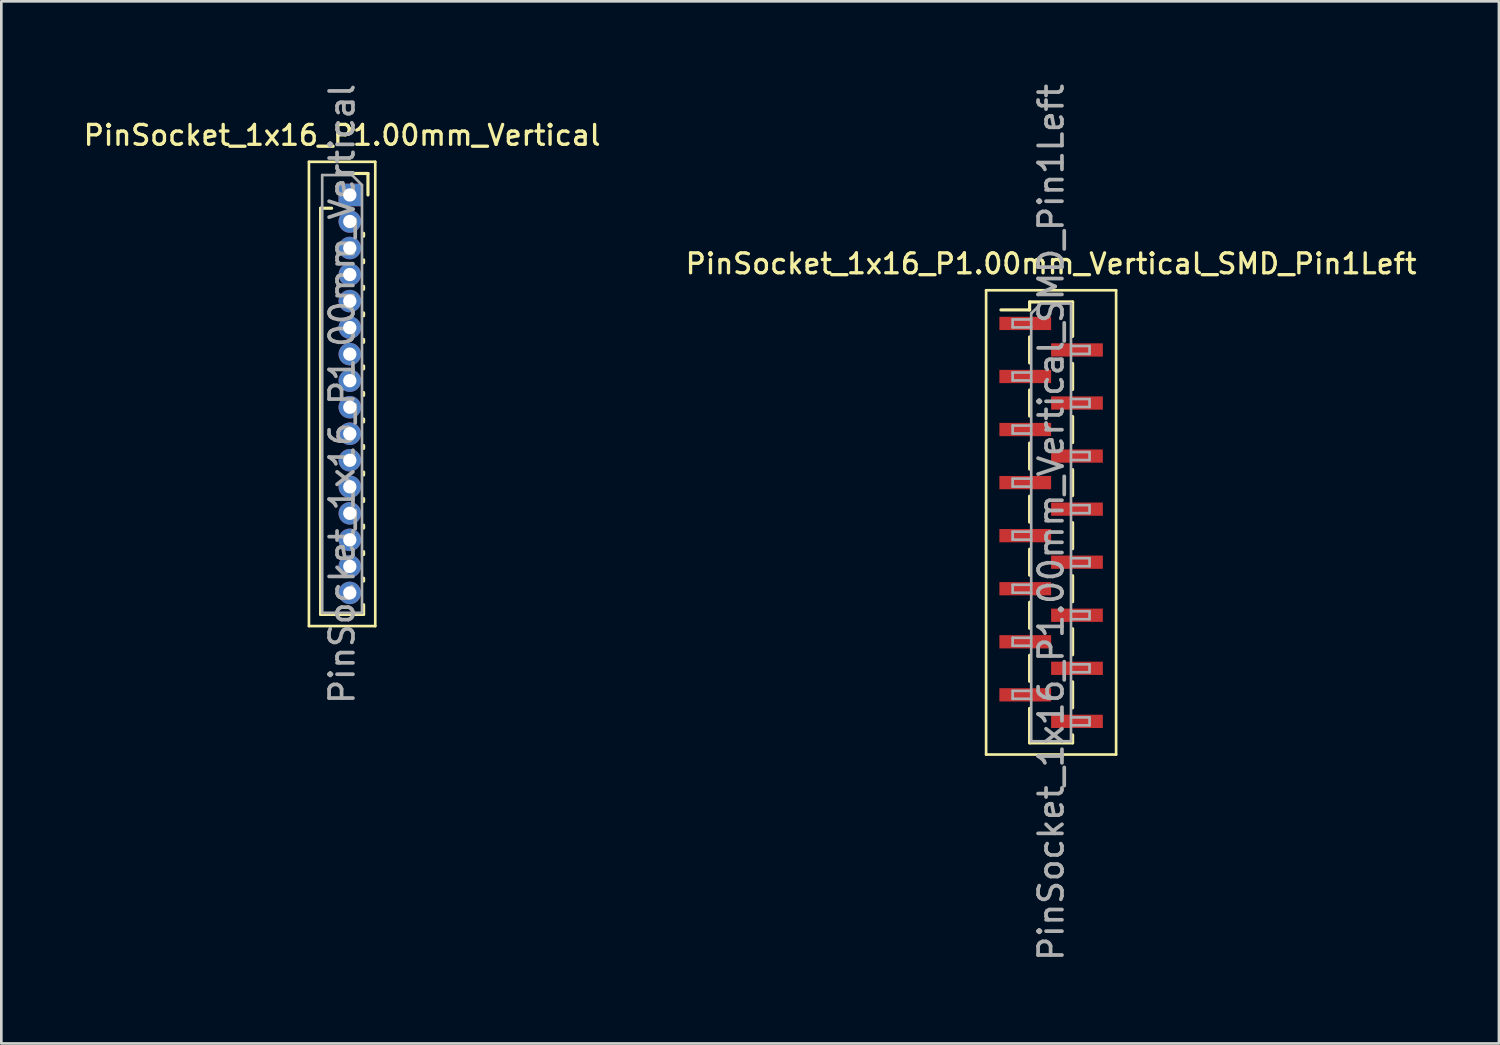
<source format=kicad_pcb>
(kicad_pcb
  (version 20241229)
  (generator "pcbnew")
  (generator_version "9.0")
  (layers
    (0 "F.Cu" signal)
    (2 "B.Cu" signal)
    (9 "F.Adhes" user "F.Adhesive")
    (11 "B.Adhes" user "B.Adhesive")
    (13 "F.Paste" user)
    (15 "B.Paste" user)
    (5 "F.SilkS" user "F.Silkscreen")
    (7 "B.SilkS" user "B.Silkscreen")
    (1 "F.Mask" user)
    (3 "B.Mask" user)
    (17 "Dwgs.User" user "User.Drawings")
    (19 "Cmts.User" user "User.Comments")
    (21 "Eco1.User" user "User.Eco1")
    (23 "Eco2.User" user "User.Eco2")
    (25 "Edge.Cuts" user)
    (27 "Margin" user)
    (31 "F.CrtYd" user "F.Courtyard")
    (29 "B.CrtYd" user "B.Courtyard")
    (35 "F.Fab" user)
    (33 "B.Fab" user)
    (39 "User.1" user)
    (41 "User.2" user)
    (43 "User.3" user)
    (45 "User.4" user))
  (footprint "PinSocket_1x16_P1.00mm_Vertical"
    (layer "F.Cu")
    (at 10.135 4.299)
    (property "Reference" "PinSocket_1x16_P1.00mm_Vertical" (at -0.29 -2.25 0) (layer "F.SilkS") (effects (font (size 0.75 0.75) (thickness 0.125))))
    (attr through_hole)
    (fp_line (start -1.54 -1.25) (end 0.96 -1.25) (stroke (width 0.1) (type solid)) (layer "F.SilkS"))
    (fp_line (start -1.54 16.25) (end -1.54 -1.25) (stroke (width 0.1) (type solid)) (layer "F.SilkS"))
    (fp_line (start -1.1 0.5) (end -1.1 15.81) (stroke (width 0.12) (type solid)) (layer "F.SilkS"))
    (fp_line (start -1.1 0.5) (end -0.685 0.5) (stroke (width 0.12) (type solid)) (layer "F.SilkS"))
    (fp_line (start -1.1 15.81) (end 0.52 15.81) (stroke (width 0.12) (type solid)) (layer "F.SilkS"))
    (fp_line (start 0 -0.81) (end 0.685 -0.81) (stroke (width 0.12) (type solid)) (layer "F.SilkS"))
    (fp_line (start 0.52 1.446) (end 0.52 1.554) (stroke (width 0.12) (type solid)) (layer "F.SilkS"))
    (fp_line (start 0.52 2.446) (end 0.52 2.554) (stroke (width 0.12) (type solid)) (layer "F.SilkS"))
    (fp_line (start 0.52 3.446) (end 0.52 3.554) (stroke (width 0.12) (type solid)) (layer "F.SilkS"))
    (fp_line (start 0.52 4.446) (end 0.52 4.554) (stroke (width 0.12) (type solid)) (layer "F.SilkS"))
    (fp_line (start 0.52 5.446) (end 0.52 5.554) (stroke (width 0.12) (type solid)) (layer "F.SilkS"))
    (fp_line (start 0.52 6.446) (end 0.52 6.554) (stroke (width 0.12) (type solid)) (layer "F.SilkS"))
    (fp_line (start 0.52 7.446) (end 0.52 7.554) (stroke (width 0.12) (type solid)) (layer "F.SilkS"))
    (fp_line (start 0.52 8.446) (end 0.52 8.554) (stroke (width 0.12) (type solid)) (layer "F.SilkS"))
    (fp_line (start 0.52 9.446) (end 0.52 9.554) (stroke (width 0.12) (type solid)) (layer "F.SilkS"))
    (fp_line (start 0.52 10.446) (end 0.52 10.554) (stroke (width 0.12) (type solid)) (layer "F.SilkS"))
    (fp_line (start 0.52 11.446) (end 0.52 11.554) (stroke (width 0.12) (type solid)) (layer "F.SilkS"))
    (fp_line (start 0.52 12.446) (end 0.52 12.554) (stroke (width 0.12) (type solid)) (layer "F.SilkS"))
    (fp_line (start 0.52 13.446) (end 0.52 13.554) (stroke (width 0.12) (type solid)) (layer "F.SilkS"))
    (fp_line (start 0.52 14.446) (end 0.52 14.554) (stroke (width 0.12) (type solid)) (layer "F.SilkS"))
    (fp_line (start 0.52 15.446) (end 0.52 15.81) (stroke (width 0.12) (type solid)) (layer "F.SilkS"))
    (fp_line (start 0.685 -0.81) (end 0.685 0) (stroke (width 0.12) (type solid)) (layer "F.SilkS"))
    (fp_line (start 0.96 -1.25) (end 0.96 16.25) (stroke (width 0.1) (type solid)) (layer "F.SilkS"))
    (fp_line (start 0.96 16.25) (end -1.54 16.25) (stroke (width 0.1) (type solid)) (layer "F.SilkS"))
    (fp_line (start -1.04 -0.75) (end 0.085 -0.75) (stroke (width 0.1) (type solid)) (layer "F.Fab"))
    (fp_line (start -1.04 15.75) (end -1.04 -0.75) (stroke (width 0.1) (type solid)) (layer "F.Fab"))
    (fp_line (start 0.085 -0.75) (end 0.46 -0.375) (stroke (width 0.1) (type solid)) (layer "F.Fab"))
    (fp_line (start 0.46 -0.375) (end 0.46 15.75) (stroke (width 0.1) (type solid)) (layer "F.Fab"))
    (fp_line (start 0.46 15.75) (end -1.04 15.75) (stroke (width 0.1) (type solid)) (layer "F.Fab"))
    (fp_text user "${REFERENCE}" (at -0.29 7.5 90) (layer "F.Fab") (effects (font (size 0.9 0.9) (thickness 0.14))))
    (pad "1" thru_hole rect (at 0 0) (size 0.85 0.85) (drill 0.5) (layers "*.Cu" "*.Mask"))
    (pad "2" thru_hole oval (at 0 1) (size 0.85 0.85) (drill 0.5) (layers "*.Cu" "*.Mask"))
    (pad "3" thru_hole oval (at 0 2) (size 0.85 0.85) (drill 0.5) (layers "*.Cu" "*.Mask"))
    (pad "4" thru_hole oval (at 0 3) (size 0.85 0.85) (drill 0.5) (layers "*.Cu" "*.Mask"))
    (pad "5" thru_hole oval (at 0 4) (size 0.85 0.85) (drill 0.5) (layers "*.Cu" "*.Mask"))
    (pad "6" thru_hole oval (at 0 5) (size 0.85 0.85) (drill 0.5) (layers "*.Cu" "*.Mask"))
    (pad "7" thru_hole oval (at 0 6) (size 0.85 0.85) (drill 0.5) (layers "*.Cu" "*.Mask"))
    (pad "8" thru_hole oval (at 0 7) (size 0.85 0.85) (drill 0.5) (layers "*.Cu" "*.Mask"))
    (pad "9" thru_hole oval (at 0 8) (size 0.85 0.85) (drill 0.5) (layers "*.Cu" "*.Mask"))
    (pad "10" thru_hole oval (at 0 9) (size 0.85 0.85) (drill 0.5) (layers "*.Cu" "*.Mask"))
    (pad "11" thru_hole oval (at 0 10) (size 0.85 0.85) (drill 0.5) (layers "*.Cu" "*.Mask"))
    (pad "12" thru_hole oval (at 0 11) (size 0.85 0.85) (drill 0.5) (layers "*.Cu" "*.Mask"))
    (pad "13" thru_hole oval (at 0 12) (size 0.85 0.85) (drill 0.5) (layers "*.Cu" "*.Mask"))
    (pad "14" thru_hole oval (at 0 13) (size 0.85 0.85) (drill 0.5) (layers "*.Cu" "*.Mask"))
    (pad "15" thru_hole oval (at 0 14) (size 0.85 0.85) (drill 0.5) (layers "*.Cu" "*.Mask"))
    (pad "16" thru_hole oval (at 0 15) (size 0.85 0.85) (drill 0.5) (layers "*.Cu" "*.Mask")))
  (footprint "PinSocket_1x16_P1.00mm_Vertical_SMD_Pin1Left"
    (layer "F.Cu")
    (at 36.57 16.641)
    (property "Reference" "PinSocket_1x16_P1.00mm_Vertical_SMD_Pin1Left" (at 0 -9.75 0) (layer "F.SilkS") (effects (font (size 0.75 0.75) (thickness 0.125))))
    (attr smd)
    (fp_line (start -2.45 -8.75) (end 2.45 -8.75) (stroke (width 0.1) (type solid)) (layer "F.SilkS"))
    (fp_line (start -2.45 8.75) (end -2.45 -8.75) (stroke (width 0.1) (type solid)) (layer "F.SilkS"))
    (fp_line (start -1.89 -8.01) (end -0.81 -8.01) (stroke (width 0.12) (type solid)) (layer "F.SilkS"))
    (fp_line (start -0.81 -8.31) (end -0.81 -8.01) (stroke (width 0.12) (type solid)) (layer "F.SilkS"))
    (fp_line (start -0.81 -8.31) (end 0.81 -8.31) (stroke (width 0.12) (type solid)) (layer "F.SilkS"))
    (fp_line (start -0.81 -6.99) (end -0.81 -6.01) (stroke (width 0.12) (type solid)) (layer "F.SilkS"))
    (fp_line (start -0.81 -4.99) (end -0.81 -4.01) (stroke (width 0.12) (type solid)) (layer "F.SilkS"))
    (fp_line (start -0.81 -2.99) (end -0.81 -2.01) (stroke (width 0.12) (type solid)) (layer "F.SilkS"))
    (fp_line (start -0.81 -0.99) (end -0.81 -0.01) (stroke (width 0.12) (type solid)) (layer "F.SilkS"))
    (fp_line (start -0.81 1.01) (end -0.81 1.99) (stroke (width 0.12) (type solid)) (layer "F.SilkS"))
    (fp_line (start -0.81 3.01) (end -0.81 3.99) (stroke (width 0.12) (type solid)) (layer "F.SilkS"))
    (fp_line (start -0.81 5.01) (end -0.81 5.99) (stroke (width 0.12) (type solid)) (layer "F.SilkS"))
    (fp_line (start -0.81 7.01) (end -0.81 8.31) (stroke (width 0.12) (type solid)) (layer "F.SilkS"))
    (fp_line (start -0.81 8.31) (end 0.81 8.31) (stroke (width 0.12) (type solid)) (layer "F.SilkS"))
    (fp_line (start 0.81 -8.31) (end 0.81 -7.01) (stroke (width 0.12) (type solid)) (layer "F.SilkS"))
    (fp_line (start 0.81 -5.99) (end 0.81 -5.01) (stroke (width 0.12) (type solid)) (layer "F.SilkS"))
    (fp_line (start 0.81 -3.99) (end 0.81 -3.01) (stroke (width 0.12) (type solid)) (layer "F.SilkS"))
    (fp_line (start 0.81 -1.99) (end 0.81 -1.01) (stroke (width 0.12) (type solid)) (layer "F.SilkS"))
    (fp_line (start 0.81 0.01) (end 0.81 0.99) (stroke (width 0.12) (type solid)) (layer "F.SilkS"))
    (fp_line (start 0.81 2.01) (end 0.81 2.99) (stroke (width 0.12) (type solid)) (layer "F.SilkS"))
    (fp_line (start 0.81 4.01) (end 0.81 4.99) (stroke (width 0.12) (type solid)) (layer "F.SilkS"))
    (fp_line (start 0.81 6.01) (end 0.81 6.99) (stroke (width 0.12) (type solid)) (layer "F.SilkS"))
    (fp_line (start 0.81 8.01) (end 0.81 8.31) (stroke (width 0.12) (type solid)) (layer "F.SilkS"))
    (fp_line (start 2.45 -8.75) (end 2.45 8.75) (stroke (width 0.1) (type solid)) (layer "F.SilkS"))
    (fp_line (start 2.45 8.75) (end -2.45 8.75) (stroke (width 0.1) (type solid)) (layer "F.SilkS"))
    (fp_line (start -1.45 -7.65) (end -0.75 -7.65) (stroke (width 0.1) (type solid)) (layer "F.Fab"))
    (fp_line (start -1.45 -7.35) (end -1.45 -7.65) (stroke (width 0.1) (type solid)) (layer "F.Fab"))
    (fp_line (start -1.45 -5.65) (end -0.75 -5.65) (stroke (width 0.1) (type solid)) (layer "F.Fab"))
    (fp_line (start -1.45 -5.35) (end -1.45 -5.65) (stroke (width 0.1) (type solid)) (layer "F.Fab"))
    (fp_line (start -1.45 -3.65) (end -0.75 -3.65) (stroke (width 0.1) (type solid)) (layer "F.Fab"))
    (fp_line (start -1.45 -3.35) (end -1.45 -3.65) (stroke (width 0.1) (type solid)) (layer "F.Fab"))
    (fp_line (start -1.45 -1.65) (end -0.75 -1.65) (stroke (width 0.1) (type solid)) (layer "F.Fab"))
    (fp_line (start -1.45 -1.35) (end -1.45 -1.65) (stroke (width 0.1) (type solid)) (layer "F.Fab"))
    (fp_line (start -1.45 0.35) (end -0.75 0.35) (stroke (width 0.1) (type solid)) (layer "F.Fab"))
    (fp_line (start -1.45 0.65) (end -1.45 0.35) (stroke (width 0.1) (type solid)) (layer "F.Fab"))
    (fp_line (start -1.45 2.35) (end -0.75 2.35) (stroke (width 0.1) (type solid)) (layer "F.Fab"))
    (fp_line (start -1.45 2.65) (end -1.45 2.35) (stroke (width 0.1) (type solid)) (layer "F.Fab"))
    (fp_line (start -1.45 4.35) (end -0.75 4.35) (stroke (width 0.1) (type solid)) (layer "F.Fab"))
    (fp_line (start -1.45 4.65) (end -1.45 4.35) (stroke (width 0.1) (type solid)) (layer "F.Fab"))
    (fp_line (start -1.45 6.35) (end -0.75 6.35) (stroke (width 0.1) (type solid)) (layer "F.Fab"))
    (fp_line (start -1.45 6.65) (end -1.45 6.35) (stroke (width 0.1) (type solid)) (layer "F.Fab"))
    (fp_line (start -0.75 -7.875) (end -0.375 -8.25) (stroke (width 0.1) (type solid)) (layer "F.Fab"))
    (fp_line (start -0.75 -7.35) (end -1.45 -7.35) (stroke (width 0.1) (type solid)) (layer "F.Fab"))
    (fp_line (start -0.75 -5.35) (end -1.45 -5.35) (stroke (width 0.1) (type solid)) (layer "F.Fab"))
    (fp_line (start -0.75 -3.35) (end -1.45 -3.35) (stroke (width 0.1) (type solid)) (layer "F.Fab"))
    (fp_line (start -0.75 -1.35) (end -1.45 -1.35) (stroke (width 0.1) (type solid)) (layer "F.Fab"))
    (fp_line (start -0.75 0.65) (end -1.45 0.65) (stroke (width 0.1) (type solid)) (layer "F.Fab"))
    (fp_line (start -0.75 2.65) (end -1.45 2.65) (stroke (width 0.1) (type solid)) (layer "F.Fab"))
    (fp_line (start -0.75 4.65) (end -1.45 4.65) (stroke (width 0.1) (type solid)) (layer "F.Fab"))
    (fp_line (start -0.75 6.65) (end -1.45 6.65) (stroke (width 0.1) (type solid)) (layer "F.Fab"))
    (fp_line (start -0.75 8.25) (end -0.75 -7.875) (stroke (width 0.1) (type solid)) (layer "F.Fab"))
    (fp_line (start -0.375 -8.25) (end 0.75 -8.25) (stroke (width 0.1) (type solid)) (layer "F.Fab"))
    (fp_line (start 0.75 -8.25) (end 0.75 8.25) (stroke (width 0.1) (type solid)) (layer "F.Fab"))
    (fp_line (start 0.75 -6.65) (end 1.45 -6.65) (stroke (width 0.1) (type solid)) (layer "F.Fab"))
    (fp_line (start 0.75 -4.65) (end 1.45 -4.65) (stroke (width 0.1) (type solid)) (layer "F.Fab"))
    (fp_line (start 0.75 -2.65) (end 1.45 -2.65) (stroke (width 0.1) (type solid)) (layer "F.Fab"))
    (fp_line (start 0.75 -0.65) (end 1.45 -0.65) (stroke (width 0.1) (type solid)) (layer "F.Fab"))
    (fp_line (start 0.75 1.35) (end 1.45 1.35) (stroke (width 0.1) (type solid)) (layer "F.Fab"))
    (fp_line (start 0.75 3.35) (end 1.45 3.35) (stroke (width 0.1) (type solid)) (layer "F.Fab"))
    (fp_line (start 0.75 5.35) (end 1.45 5.35) (stroke (width 0.1) (type solid)) (layer "F.Fab"))
    (fp_line (start 0.75 7.35) (end 1.45 7.35) (stroke (width 0.1) (type solid)) (layer "F.Fab"))
    (fp_line (start 0.75 8.25) (end -0.75 8.25) (stroke (width 0.1) (type solid)) (layer "F.Fab"))
    (fp_line (start 1.45 -6.65) (end 1.45 -6.35) (stroke (width 0.1) (type solid)) (layer "F.Fab"))
    (fp_line (start 1.45 -6.35) (end 0.75 -6.35) (stroke (width 0.1) (type solid)) (layer "F.Fab"))
    (fp_line (start 1.45 -4.65) (end 1.45 -4.35) (stroke (width 0.1) (type solid)) (layer "F.Fab"))
    (fp_line (start 1.45 -4.35) (end 0.75 -4.35) (stroke (width 0.1) (type solid)) (layer "F.Fab"))
    (fp_line (start 1.45 -2.65) (end 1.45 -2.35) (stroke (width 0.1) (type solid)) (layer "F.Fab"))
    (fp_line (start 1.45 -2.35) (end 0.75 -2.35) (stroke (width 0.1) (type solid)) (layer "F.Fab"))
    (fp_line (start 1.45 -0.65) (end 1.45 -0.35) (stroke (width 0.1) (type solid)) (layer "F.Fab"))
    (fp_line (start 1.45 -0.35) (end 0.75 -0.35) (stroke (width 0.1) (type solid)) (layer "F.Fab"))
    (fp_line (start 1.45 1.35) (end 1.45 1.65) (stroke (width 0.1) (type solid)) (layer "F.Fab"))
    (fp_line (start 1.45 1.65) (end 0.75 1.65) (stroke (width 0.1) (type solid)) (layer "F.Fab"))
    (fp_line (start 1.45 3.35) (end 1.45 3.65) (stroke (width 0.1) (type solid)) (layer "F.Fab"))
    (fp_line (start 1.45 3.65) (end 0.75 3.65) (stroke (width 0.1) (type solid)) (layer "F.Fab"))
    (fp_line (start 1.45 5.35) (end 1.45 5.65) (stroke (width 0.1) (type solid)) (layer "F.Fab"))
    (fp_line (start 1.45 5.65) (end 0.75 5.65) (stroke (width 0.1) (type solid)) (layer "F.Fab"))
    (fp_line (start 1.45 7.35) (end 1.45 7.65) (stroke (width 0.1) (type solid)) (layer "F.Fab"))
    (fp_line (start 1.45 7.65) (end 0.75 7.65) (stroke (width 0.1) (type solid)) (layer "F.Fab"))
    (fp_text user "${REFERENCE}" (at 0 0 90) (layer "F.Fab") (effects (font (size 0.9 0.9) (thickness 0.14))))
    (pad "1" smd rect (at -0.975 -7.5) (size 1.95 0.5) (layers "F.Cu" "F.Mask" "F.Paste"))
    (pad "2" smd rect (at 0.975 -6.5) (size 1.95 0.5) (layers "F.Cu" "F.Mask" "F.Paste"))
    (pad "3" smd rect (at -0.975 -5.5) (size 1.95 0.5) (layers "F.Cu" "F.Mask" "F.Paste"))
    (pad "4" smd rect (at 0.975 -4.5) (size 1.95 0.5) (layers "F.Cu" "F.Mask" "F.Paste"))
    (pad "5" smd rect (at -0.975 -3.5) (size 1.95 0.5) (layers "F.Cu" "F.Mask" "F.Paste"))
    (pad "6" smd rect (at 0.975 -2.5) (size 1.95 0.5) (layers "F.Cu" "F.Mask" "F.Paste"))
    (pad "7" smd rect (at -0.975 -1.5) (size 1.95 0.5) (layers "F.Cu" "F.Mask" "F.Paste"))
    (pad "8" smd rect (at 0.975 -0.5) (size 1.95 0.5) (layers "F.Cu" "F.Mask" "F.Paste"))
    (pad "9" smd rect (at -0.975 0.5) (size 1.95 0.5) (layers "F.Cu" "F.Mask" "F.Paste"))
    (pad "10" smd rect (at 0.975 1.5) (size 1.95 0.5) (layers "F.Cu" "F.Mask" "F.Paste"))
    (pad "11" smd rect (at -0.975 2.5) (size 1.95 0.5) (layers "F.Cu" "F.Mask" "F.Paste"))
    (pad "12" smd rect (at 0.975 3.5) (size 1.95 0.5) (layers "F.Cu" "F.Mask" "F.Paste"))
    (pad "13" smd rect (at -0.975 4.5) (size 1.95 0.5) (layers "F.Cu" "F.Mask" "F.Paste"))
    (pad "14" smd rect (at 0.975 5.5) (size 1.95 0.5) (layers "F.Cu" "F.Mask" "F.Paste"))
    (pad "15" smd rect (at -0.975 6.5) (size 1.95 0.5) (layers "F.Cu" "F.Mask" "F.Paste"))
    (pad "16" smd rect (at 0.975 7.5) (size 1.95 0.5) (layers "F.Cu" "F.Mask" "F.Paste")))
  (gr_rect
    (start -3 -3)
    (end 53.45 36.283)
    (stroke (width 0.1) (type default))
    (fill no)
    (layer "Edge.Cuts")))
</source>
